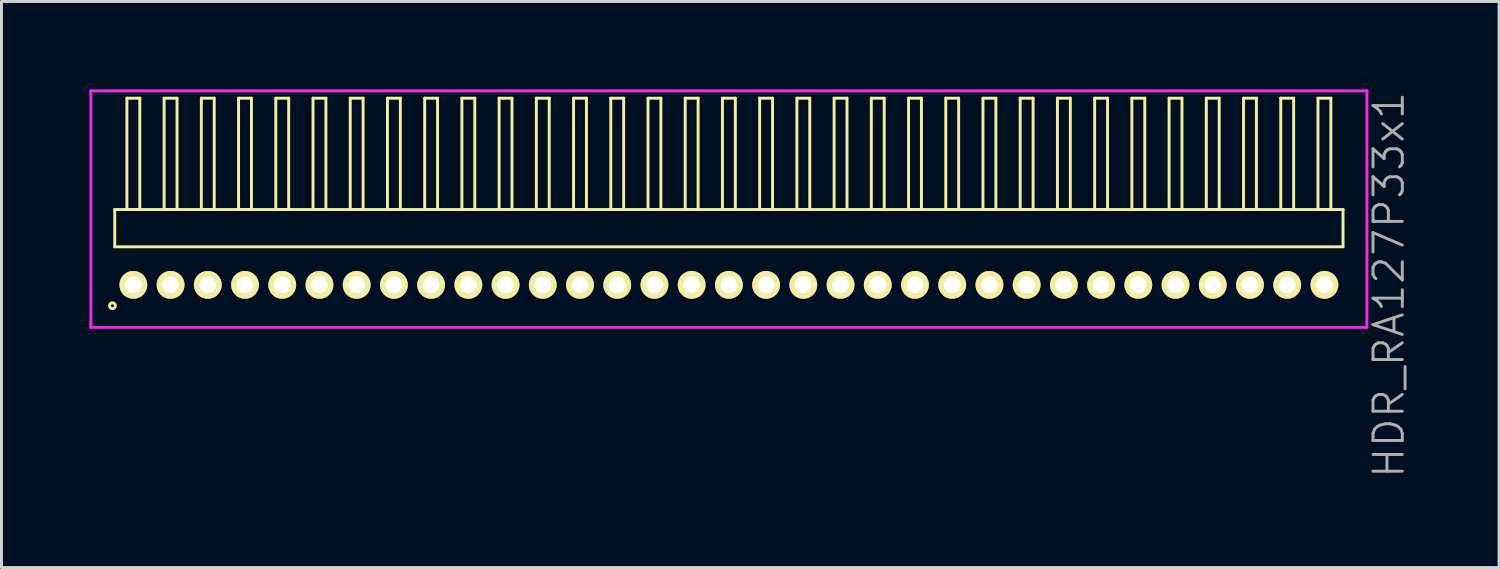
<source format=kicad_pcb>
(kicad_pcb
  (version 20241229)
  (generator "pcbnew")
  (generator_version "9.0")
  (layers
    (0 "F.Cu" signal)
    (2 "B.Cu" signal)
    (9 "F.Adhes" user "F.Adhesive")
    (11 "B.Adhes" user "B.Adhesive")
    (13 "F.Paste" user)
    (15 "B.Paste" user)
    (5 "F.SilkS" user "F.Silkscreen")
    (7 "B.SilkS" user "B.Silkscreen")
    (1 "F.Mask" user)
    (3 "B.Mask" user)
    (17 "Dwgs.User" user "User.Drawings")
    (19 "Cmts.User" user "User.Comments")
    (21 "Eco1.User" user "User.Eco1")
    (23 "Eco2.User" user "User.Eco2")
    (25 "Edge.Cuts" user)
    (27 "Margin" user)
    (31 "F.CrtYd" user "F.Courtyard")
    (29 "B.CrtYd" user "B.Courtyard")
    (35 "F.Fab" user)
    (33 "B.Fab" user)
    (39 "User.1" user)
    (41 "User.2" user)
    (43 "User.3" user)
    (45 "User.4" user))
  (footprint "HDR_RA127P33x1"
    (layer "F.Cu")
    (at 21.82 6.67)
    (property "Reference" "HDR_RA127P33x1" (at 22.52 0 90) (layer "F.Fab") (effects (font (size 1 1) (thickness 0.1))))
    (attr through_hole)
    (fp_line (start -20.955 -2.57) (end -20.955 -1.3) (stroke (width 0.1) (type solid)) (layer "F.SilkS"))
    (fp_line (start -20.955 -1.3) (end 20.955 -1.3) (stroke (width 0.1) (type solid)) (layer "F.SilkS"))
    (fp_line (start -20.54 -6.37) (end -20.54 -2.57) (stroke (width 0.1) (type solid)) (layer "F.SilkS"))
    (fp_line (start -20.54 -2.57) (end -20.1 -2.57) (stroke (width 0.1) (type solid)) (layer "F.SilkS"))
    (fp_line (start -20.1 -6.37) (end -20.54 -6.37) (stroke (width 0.1) (type solid)) (layer "F.SilkS"))
    (fp_line (start -20.1 -2.57) (end -20.1 -6.37) (stroke (width 0.1) (type solid)) (layer "F.SilkS"))
    (fp_line (start -19.27 -6.37) (end -19.27 -2.57) (stroke (width 0.1) (type solid)) (layer "F.SilkS"))
    (fp_line (start -19.27 -2.57) (end -18.83 -2.57) (stroke (width 0.1) (type solid)) (layer "F.SilkS"))
    (fp_line (start -18.83 -6.37) (end -19.27 -6.37) (stroke (width 0.1) (type solid)) (layer "F.SilkS"))
    (fp_line (start -18.83 -2.57) (end -18.83 -6.37) (stroke (width 0.1) (type solid)) (layer "F.SilkS"))
    (fp_line (start -18 -6.37) (end -18 -2.57) (stroke (width 0.1) (type solid)) (layer "F.SilkS"))
    (fp_line (start -18 -2.57) (end -17.56 -2.57) (stroke (width 0.1) (type solid)) (layer "F.SilkS"))
    (fp_line (start -17.56 -6.37) (end -18 -6.37) (stroke (width 0.1) (type solid)) (layer "F.SilkS"))
    (fp_line (start -17.56 -2.57) (end -17.56 -6.37) (stroke (width 0.1) (type solid)) (layer "F.SilkS"))
    (fp_line (start -16.73 -6.37) (end -16.73 -2.57) (stroke (width 0.1) (type solid)) (layer "F.SilkS"))
    (fp_line (start -16.73 -2.57) (end -16.29 -2.57) (stroke (width 0.1) (type solid)) (layer "F.SilkS"))
    (fp_line (start -16.29 -6.37) (end -16.73 -6.37) (stroke (width 0.1) (type solid)) (layer "F.SilkS"))
    (fp_line (start -16.29 -2.57) (end -16.29 -6.37) (stroke (width 0.1) (type solid)) (layer "F.SilkS"))
    (fp_line (start -15.46 -6.37) (end -15.46 -2.57) (stroke (width 0.1) (type solid)) (layer "F.SilkS"))
    (fp_line (start -15.46 -2.57) (end -15.02 -2.57) (stroke (width 0.1) (type solid)) (layer "F.SilkS"))
    (fp_line (start -15.02 -6.37) (end -15.46 -6.37) (stroke (width 0.1) (type solid)) (layer "F.SilkS"))
    (fp_line (start -15.02 -2.57) (end -15.02 -6.37) (stroke (width 0.1) (type solid)) (layer "F.SilkS"))
    (fp_line (start -14.19 -6.37) (end -14.19 -2.57) (stroke (width 0.1) (type solid)) (layer "F.SilkS"))
    (fp_line (start -14.19 -2.57) (end -13.75 -2.57) (stroke (width 0.1) (type solid)) (layer "F.SilkS"))
    (fp_line (start -13.75 -6.37) (end -14.19 -6.37) (stroke (width 0.1) (type solid)) (layer "F.SilkS"))
    (fp_line (start -13.75 -2.57) (end -13.75 -6.37) (stroke (width 0.1) (type solid)) (layer "F.SilkS"))
    (fp_line (start -12.92 -6.37) (end -12.92 -2.57) (stroke (width 0.1) (type solid)) (layer "F.SilkS"))
    (fp_line (start -12.92 -2.57) (end -12.48 -2.57) (stroke (width 0.1) (type solid)) (layer "F.SilkS"))
    (fp_line (start -12.48 -6.37) (end -12.92 -6.37) (stroke (width 0.1) (type solid)) (layer "F.SilkS"))
    (fp_line (start -12.48 -2.57) (end -12.48 -6.37) (stroke (width 0.1) (type solid)) (layer "F.SilkS"))
    (fp_line (start -11.65 -6.37) (end -11.65 -2.57) (stroke (width 0.1) (type solid)) (layer "F.SilkS"))
    (fp_line (start -11.65 -2.57) (end -11.21 -2.57) (stroke (width 0.1) (type solid)) (layer "F.SilkS"))
    (fp_line (start -11.21 -6.37) (end -11.65 -6.37) (stroke (width 0.1) (type solid)) (layer "F.SilkS"))
    (fp_line (start -11.21 -2.57) (end -11.21 -6.37) (stroke (width 0.1) (type solid)) (layer "F.SilkS"))
    (fp_line (start -10.38 -6.37) (end -10.38 -2.57) (stroke (width 0.1) (type solid)) (layer "F.SilkS"))
    (fp_line (start -10.38 -2.57) (end -9.94 -2.57) (stroke (width 0.1) (type solid)) (layer "F.SilkS"))
    (fp_line (start -9.94 -6.37) (end -10.38 -6.37) (stroke (width 0.1) (type solid)) (layer "F.SilkS"))
    (fp_line (start -9.94 -2.57) (end -9.94 -6.37) (stroke (width 0.1) (type solid)) (layer "F.SilkS"))
    (fp_line (start -9.11 -6.37) (end -9.11 -2.57) (stroke (width 0.1) (type solid)) (layer "F.SilkS"))
    (fp_line (start -9.11 -2.57) (end -8.67 -2.57) (stroke (width 0.1) (type solid)) (layer "F.SilkS"))
    (fp_line (start -8.67 -6.37) (end -9.11 -6.37) (stroke (width 0.1) (type solid)) (layer "F.SilkS"))
    (fp_line (start -8.67 -2.57) (end -8.67 -6.37) (stroke (width 0.1) (type solid)) (layer "F.SilkS"))
    (fp_line (start -7.84 -6.37) (end -7.84 -2.57) (stroke (width 0.1) (type solid)) (layer "F.SilkS"))
    (fp_line (start -7.84 -2.57) (end -7.4 -2.57) (stroke (width 0.1) (type solid)) (layer "F.SilkS"))
    (fp_line (start -7.4 -6.37) (end -7.84 -6.37) (stroke (width 0.1) (type solid)) (layer "F.SilkS"))
    (fp_line (start -7.4 -2.57) (end -7.4 -6.37) (stroke (width 0.1) (type solid)) (layer "F.SilkS"))
    (fp_line (start -6.57 -6.37) (end -6.57 -2.57) (stroke (width 0.1) (type solid)) (layer "F.SilkS"))
    (fp_line (start -6.57 -2.57) (end -6.13 -2.57) (stroke (width 0.1) (type solid)) (layer "F.SilkS"))
    (fp_line (start -6.13 -6.37) (end -6.57 -6.37) (stroke (width 0.1) (type solid)) (layer "F.SilkS"))
    (fp_line (start -6.13 -2.57) (end -6.13 -6.37) (stroke (width 0.1) (type solid)) (layer "F.SilkS"))
    (fp_line (start -5.3 -6.37) (end -5.3 -2.57) (stroke (width 0.1) (type solid)) (layer "F.SilkS"))
    (fp_line (start -5.3 -2.57) (end -4.86 -2.57) (stroke (width 0.1) (type solid)) (layer "F.SilkS"))
    (fp_line (start -4.86 -6.37) (end -5.3 -6.37) (stroke (width 0.1) (type solid)) (layer "F.SilkS"))
    (fp_line (start -4.86 -2.57) (end -4.86 -6.37) (stroke (width 0.1) (type solid)) (layer "F.SilkS"))
    (fp_line (start -4.03 -6.37) (end -4.03 -2.57) (stroke (width 0.1) (type solid)) (layer "F.SilkS"))
    (fp_line (start -4.03 -2.57) (end -3.59 -2.57) (stroke (width 0.1) (type solid)) (layer "F.SilkS"))
    (fp_line (start -3.59 -6.37) (end -4.03 -6.37) (stroke (width 0.1) (type solid)) (layer "F.SilkS"))
    (fp_line (start -3.59 -2.57) (end -3.59 -6.37) (stroke (width 0.1) (type solid)) (layer "F.SilkS"))
    (fp_line (start -2.76 -6.37) (end -2.76 -2.57) (stroke (width 0.1) (type solid)) (layer "F.SilkS"))
    (fp_line (start -2.76 -2.57) (end -2.32 -2.57) (stroke (width 0.1) (type solid)) (layer "F.SilkS"))
    (fp_line (start -2.32 -6.37) (end -2.76 -6.37) (stroke (width 0.1) (type solid)) (layer "F.SilkS"))
    (fp_line (start -2.32 -2.57) (end -2.32 -6.37) (stroke (width 0.1) (type solid)) (layer "F.SilkS"))
    (fp_line (start -1.49 -6.37) (end -1.49 -2.57) (stroke (width 0.1) (type solid)) (layer "F.SilkS"))
    (fp_line (start -1.49 -2.57) (end -1.05 -2.57) (stroke (width 0.1) (type solid)) (layer "F.SilkS"))
    (fp_line (start -1.05 -6.37) (end -1.49 -6.37) (stroke (width 0.1) (type solid)) (layer "F.SilkS"))
    (fp_line (start -1.05 -2.57) (end -1.05 -6.37) (stroke (width 0.1) (type solid)) (layer "F.SilkS"))
    (fp_line (start -0.22 -6.37) (end -0.22 -2.57) (stroke (width 0.1) (type solid)) (layer "F.SilkS"))
    (fp_line (start -0.22 -2.57) (end 0.22 -2.57) (stroke (width 0.1) (type solid)) (layer "F.SilkS"))
    (fp_line (start 0.22 -6.37) (end -0.22 -6.37) (stroke (width 0.1) (type solid)) (layer "F.SilkS"))
    (fp_line (start 0.22 -2.57) (end 0.22 -6.37) (stroke (width 0.1) (type solid)) (layer "F.SilkS"))
    (fp_line (start 1.05 -6.37) (end 1.05 -2.57) (stroke (width 0.1) (type solid)) (layer "F.SilkS"))
    (fp_line (start 1.05 -2.57) (end 1.49 -2.57) (stroke (width 0.1) (type solid)) (layer "F.SilkS"))
    (fp_line (start 1.49 -6.37) (end 1.05 -6.37) (stroke (width 0.1) (type solid)) (layer "F.SilkS"))
    (fp_line (start 1.49 -2.57) (end 1.49 -6.37) (stroke (width 0.1) (type solid)) (layer "F.SilkS"))
    (fp_line (start 2.32 -6.37) (end 2.32 -2.57) (stroke (width 0.1) (type solid)) (layer "F.SilkS"))
    (fp_line (start 2.32 -2.57) (end 2.76 -2.57) (stroke (width 0.1) (type solid)) (layer "F.SilkS"))
    (fp_line (start 2.76 -6.37) (end 2.32 -6.37) (stroke (width 0.1) (type solid)) (layer "F.SilkS"))
    (fp_line (start 2.76 -2.57) (end 2.76 -6.37) (stroke (width 0.1) (type solid)) (layer "F.SilkS"))
    (fp_line (start 3.59 -6.37) (end 3.59 -2.57) (stroke (width 0.1) (type solid)) (layer "F.SilkS"))
    (fp_line (start 3.59 -2.57) (end 4.03 -2.57) (stroke (width 0.1) (type solid)) (layer "F.SilkS"))
    (fp_line (start 4.03 -6.37) (end 3.59 -6.37) (stroke (width 0.1) (type solid)) (layer "F.SilkS"))
    (fp_line (start 4.03 -2.57) (end 4.03 -6.37) (stroke (width 0.1) (type solid)) (layer "F.SilkS"))
    (fp_line (start 4.86 -6.37) (end 4.86 -2.57) (stroke (width 0.1) (type solid)) (layer "F.SilkS"))
    (fp_line (start 4.86 -2.57) (end 5.3 -2.57) (stroke (width 0.1) (type solid)) (layer "F.SilkS"))
    (fp_line (start 5.3 -6.37) (end 4.86 -6.37) (stroke (width 0.1) (type solid)) (layer "F.SilkS"))
    (fp_line (start 5.3 -2.57) (end 5.3 -6.37) (stroke (width 0.1) (type solid)) (layer "F.SilkS"))
    (fp_line (start 6.13 -6.37) (end 6.13 -2.57) (stroke (width 0.1) (type solid)) (layer "F.SilkS"))
    (fp_line (start 6.13 -2.57) (end 6.57 -2.57) (stroke (width 0.1) (type solid)) (layer "F.SilkS"))
    (fp_line (start 6.57 -6.37) (end 6.13 -6.37) (stroke (width 0.1) (type solid)) (layer "F.SilkS"))
    (fp_line (start 6.57 -2.57) (end 6.57 -6.37) (stroke (width 0.1) (type solid)) (layer "F.SilkS"))
    (fp_line (start 7.4 -6.37) (end 7.4 -2.57) (stroke (width 0.1) (type solid)) (layer "F.SilkS"))
    (fp_line (start 7.4 -2.57) (end 7.84 -2.57) (stroke (width 0.1) (type solid)) (layer "F.SilkS"))
    (fp_line (start 7.84 -6.37) (end 7.4 -6.37) (stroke (width 0.1) (type solid)) (layer "F.SilkS"))
    (fp_line (start 7.84 -2.57) (end 7.84 -6.37) (stroke (width 0.1) (type solid)) (layer "F.SilkS"))
    (fp_line (start 8.67 -6.37) (end 8.67 -2.57) (stroke (width 0.1) (type solid)) (layer "F.SilkS"))
    (fp_line (start 8.67 -2.57) (end 9.11 -2.57) (stroke (width 0.1) (type solid)) (layer "F.SilkS"))
    (fp_line (start 9.11 -6.37) (end 8.67 -6.37) (stroke (width 0.1) (type solid)) (layer "F.SilkS"))
    (fp_line (start 9.11 -2.57) (end 9.11 -6.37) (stroke (width 0.1) (type solid)) (layer "F.SilkS"))
    (fp_line (start 9.94 -6.37) (end 9.94 -2.57) (stroke (width 0.1) (type solid)) (layer "F.SilkS"))
    (fp_line (start 9.94 -2.57) (end 10.38 -2.57) (stroke (width 0.1) (type solid)) (layer "F.SilkS"))
    (fp_line (start 10.38 -6.37) (end 9.94 -6.37) (stroke (width 0.1) (type solid)) (layer "F.SilkS"))
    (fp_line (start 10.38 -2.57) (end 10.38 -6.37) (stroke (width 0.1) (type solid)) (layer "F.SilkS"))
    (fp_line (start 11.21 -6.37) (end 11.21 -2.57) (stroke (width 0.1) (type solid)) (layer "F.SilkS"))
    (fp_line (start 11.21 -2.57) (end 11.65 -2.57) (stroke (width 0.1) (type solid)) (layer "F.SilkS"))
    (fp_line (start 11.65 -6.37) (end 11.21 -6.37) (stroke (width 0.1) (type solid)) (layer "F.SilkS"))
    (fp_line (start 11.65 -2.57) (end 11.65 -6.37) (stroke (width 0.1) (type solid)) (layer "F.SilkS"))
    (fp_line (start 12.48 -6.37) (end 12.48 -2.57) (stroke (width 0.1) (type solid)) (layer "F.SilkS"))
    (fp_line (start 12.48 -2.57) (end 12.92 -2.57) (stroke (width 0.1) (type solid)) (layer "F.SilkS"))
    (fp_line (start 12.92 -6.37) (end 12.48 -6.37) (stroke (width 0.1) (type solid)) (layer "F.SilkS"))
    (fp_line (start 12.92 -2.57) (end 12.92 -6.37) (stroke (width 0.1) (type solid)) (layer "F.SilkS"))
    (fp_line (start 13.75 -6.37) (end 13.75 -2.57) (stroke (width 0.1) (type solid)) (layer "F.SilkS"))
    (fp_line (start 13.75 -2.57) (end 14.19 -2.57) (stroke (width 0.1) (type solid)) (layer "F.SilkS"))
    (fp_line (start 14.19 -6.37) (end 13.75 -6.37) (stroke (width 0.1) (type solid)) (layer "F.SilkS"))
    (fp_line (start 14.19 -2.57) (end 14.19 -6.37) (stroke (width 0.1) (type solid)) (layer "F.SilkS"))
    (fp_line (start 15.02 -6.37) (end 15.02 -2.57) (stroke (width 0.1) (type solid)) (layer "F.SilkS"))
    (fp_line (start 15.02 -2.57) (end 15.46 -2.57) (stroke (width 0.1) (type solid)) (layer "F.SilkS"))
    (fp_line (start 15.46 -6.37) (end 15.02 -6.37) (stroke (width 0.1) (type solid)) (layer "F.SilkS"))
    (fp_line (start 15.46 -2.57) (end 15.46 -6.37) (stroke (width 0.1) (type solid)) (layer "F.SilkS"))
    (fp_line (start 16.29 -6.37) (end 16.29 -2.57) (stroke (width 0.1) (type solid)) (layer "F.SilkS"))
    (fp_line (start 16.29 -2.57) (end 16.73 -2.57) (stroke (width 0.1) (type solid)) (layer "F.SilkS"))
    (fp_line (start 16.73 -6.37) (end 16.29 -6.37) (stroke (width 0.1) (type solid)) (layer "F.SilkS"))
    (fp_line (start 16.73 -2.57) (end 16.73 -6.37) (stroke (width 0.1) (type solid)) (layer "F.SilkS"))
    (fp_line (start 17.56 -6.37) (end 17.56 -2.57) (stroke (width 0.1) (type solid)) (layer "F.SilkS"))
    (fp_line (start 17.56 -2.57) (end 18 -2.57) (stroke (width 0.1) (type solid)) (layer "F.SilkS"))
    (fp_line (start 18 -6.37) (end 17.56 -6.37) (stroke (width 0.1) (type solid)) (layer "F.SilkS"))
    (fp_line (start 18 -2.57) (end 18 -6.37) (stroke (width 0.1) (type solid)) (layer "F.SilkS"))
    (fp_line (start 18.83 -6.37) (end 18.83 -2.57) (stroke (width 0.1) (type solid)) (layer "F.SilkS"))
    (fp_line (start 18.83 -2.57) (end 19.27 -2.57) (stroke (width 0.1) (type solid)) (layer "F.SilkS"))
    (fp_line (start 19.27 -6.37) (end 18.83 -6.37) (stroke (width 0.1) (type solid)) (layer "F.SilkS"))
    (fp_line (start 19.27 -2.57) (end 19.27 -6.37) (stroke (width 0.1) (type solid)) (layer "F.SilkS"))
    (fp_line (start 20.1 -6.37) (end 20.1 -2.57) (stroke (width 0.1) (type solid)) (layer "F.SilkS"))
    (fp_line (start 20.1 -2.57) (end 20.54 -2.57) (stroke (width 0.1) (type solid)) (layer "F.SilkS"))
    (fp_line (start 20.54 -6.37) (end 20.1 -6.37) (stroke (width 0.1) (type solid)) (layer "F.SilkS"))
    (fp_line (start 20.54 -2.57) (end 20.54 -6.37) (stroke (width 0.1) (type solid)) (layer "F.SilkS"))
    (fp_line (start 20.955 -2.57) (end -20.955 -2.57) (stroke (width 0.1) (type solid)) (layer "F.SilkS"))
    (fp_line (start 20.955 -1.3) (end 20.955 -2.57) (stroke (width 0.1) (type solid)) (layer "F.SilkS"))
    (fp_circle (center -21.033 0.712) (end -20.933 0.712) (stroke (width 0.1) (type solid)) (fill no) (layer "F.SilkS"))
    (fp_line (start -21.77 -6.62) (end -21.77 1.45) (stroke (width 0.1) (type solid)) (layer "F.CrtYd"))
    (fp_line (start -21.77 1.45) (end 21.77 1.45) (stroke (width 0.1) (type solid)) (layer "F.CrtYd"))
    (fp_line (start 21.77 -6.62) (end -21.77 -6.62) (stroke (width 0.1) (type solid)) (layer "F.CrtYd"))
    (fp_line (start 21.77 1.45) (end 21.77 -6.62) (stroke (width 0.1) (type solid)) (layer "F.CrtYd"))
    (pad "1" thru_hole oval (at -20.32 0) (size 0.95 0.95) (drill 0.57) (layers "*.Cu" "*.Mask" "F.SilkS"))
    (pad "2" thru_hole oval (at -19.05 0) (size 0.95 0.95) (drill 0.57) (layers "*.Cu" "*.Mask" "F.SilkS"))
    (pad "3" thru_hole oval (at -17.78 0) (size 0.95 0.95) (drill 0.57) (layers "*.Cu" "*.Mask" "F.SilkS"))
    (pad "4" thru_hole oval (at -16.51 0) (size 0.95 0.95) (drill 0.57) (layers "*.Cu" "*.Mask" "F.SilkS"))
    (pad "5" thru_hole oval (at -15.24 0) (size 0.95 0.95) (drill 0.57) (layers "*.Cu" "*.Mask" "F.SilkS"))
    (pad "6" thru_hole oval (at -13.97 0) (size 0.95 0.95) (drill 0.57) (layers "*.Cu" "*.Mask" "F.SilkS"))
    (pad "7" thru_hole oval (at -12.7 0) (size 0.95 0.95) (drill 0.57) (layers "*.Cu" "*.Mask" "F.SilkS"))
    (pad "8" thru_hole oval (at -11.43 0) (size 0.95 0.95) (drill 0.57) (layers "*.Cu" "*.Mask" "F.SilkS"))
    (pad "9" thru_hole oval (at -10.16 0) (size 0.95 0.95) (drill 0.57) (layers "*.Cu" "*.Mask" "F.SilkS"))
    (pad "10" thru_hole oval (at -8.89 0) (size 0.95 0.95) (drill 0.57) (layers "*.Cu" "*.Mask" "F.SilkS"))
    (pad "11" thru_hole oval (at -7.62 0) (size 0.95 0.95) (drill 0.57) (layers "*.Cu" "*.Mask" "F.SilkS"))
    (pad "12" thru_hole oval (at -6.35 0) (size 0.95 0.95) (drill 0.57) (layers "*.Cu" "*.Mask" "F.SilkS"))
    (pad "13" thru_hole oval (at -5.08 0) (size 0.95 0.95) (drill 0.57) (layers "*.Cu" "*.Mask" "F.SilkS"))
    (pad "14" thru_hole oval (at -3.81 0) (size 0.95 0.95) (drill 0.57) (layers "*.Cu" "*.Mask" "F.SilkS"))
    (pad "15" thru_hole oval (at -2.54 0) (size 0.95 0.95) (drill 0.57) (layers "*.Cu" "*.Mask" "F.SilkS"))
    (pad "16" thru_hole oval (at -1.27 0) (size 0.95 0.95) (drill 0.57) (layers "*.Cu" "*.Mask" "F.SilkS"))
    (pad "17" thru_hole oval (at 0 0) (size 0.95 0.95) (drill 0.57) (layers "*.Cu" "*.Mask" "F.SilkS"))
    (pad "18" thru_hole oval (at 1.27 0) (size 0.95 0.95) (drill 0.57) (layers "*.Cu" "*.Mask" "F.SilkS"))
    (pad "19" thru_hole oval (at 2.54 0) (size 0.95 0.95) (drill 0.57) (layers "*.Cu" "*.Mask" "F.SilkS"))
    (pad "20" thru_hole oval (at 3.81 0) (size 0.95 0.95) (drill 0.57) (layers "*.Cu" "*.Mask" "F.SilkS"))
    (pad "21" thru_hole oval (at 5.08 0) (size 0.95 0.95) (drill 0.57) (layers "*.Cu" "*.Mask" "F.SilkS"))
    (pad "22" thru_hole oval (at 6.35 0) (size 0.95 0.95) (drill 0.57) (layers "*.Cu" "*.Mask" "F.SilkS"))
    (pad "23" thru_hole oval (at 7.62 0) (size 0.95 0.95) (drill 0.57) (layers "*.Cu" "*.Mask" "F.SilkS"))
    (pad "24" thru_hole oval (at 8.89 0) (size 0.95 0.95) (drill 0.57) (layers "*.Cu" "*.Mask" "F.SilkS"))
    (pad "25" thru_hole oval (at 10.16 0) (size 0.95 0.95) (drill 0.57) (layers "*.Cu" "*.Mask" "F.SilkS"))
    (pad "26" thru_hole oval (at 11.43 0) (size 0.95 0.95) (drill 0.57) (layers "*.Cu" "*.Mask" "F.SilkS"))
    (pad "27" thru_hole oval (at 12.7 0) (size 0.95 0.95) (drill 0.57) (layers "*.Cu" "*.Mask" "F.SilkS"))
    (pad "28" thru_hole oval (at 13.97 0) (size 0.95 0.95) (drill 0.57) (layers "*.Cu" "*.Mask" "F.SilkS"))
    (pad "29" thru_hole oval (at 15.24 0) (size 0.95 0.95) (drill 0.57) (layers "*.Cu" "*.Mask" "F.SilkS"))
    (pad "30" thru_hole oval (at 16.51 0) (size 0.95 0.95) (drill 0.57) (layers "*.Cu" "*.Mask" "F.SilkS"))
    (pad "31" thru_hole oval (at 17.78 0) (size 0.95 0.95) (drill 0.57) (layers "*.Cu" "*.Mask" "F.SilkS"))
    (pad "32" thru_hole oval (at 19.05 0) (size 0.95 0.95) (drill 0.57) (layers "*.Cu" "*.Mask" "F.SilkS"))
    (pad "33" thru_hole oval (at 20.32 0) (size 0.95 0.95) (drill 0.57) (layers "*.Cu" "*.Mask" "F.SilkS")))
  (gr_rect
    (start -3 -3)
    (end 48.1 16.315)
    (stroke (width 0.1) (type default))
    (fill no)
    (layer "Edge.Cuts")))
</source>
